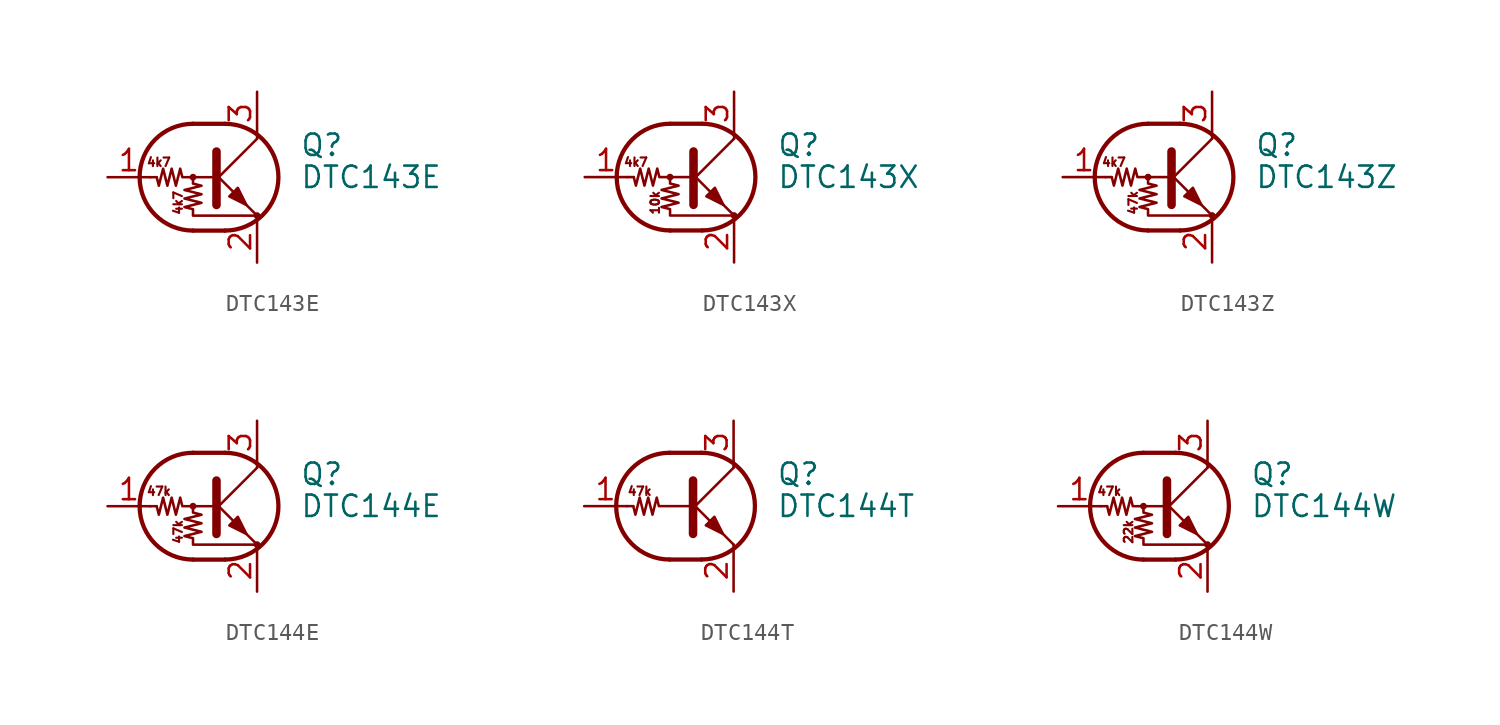
<source format=kicad_sym>
(kicad_symbol_lib
  (version 20241209)
  (generator "kicad_symbol_editor")
  (generator_version "9.0")
  (symbol "DTC143E"
    (pin_names
      (offset 0)
      (hide yes))
    (property "Reference" "Q"
      (at 5.08 1.905 0)
      (effects (font (size 1.27 1.27)) (justify left)))
    (property "Value" "DTC143E"
      (at 5.08 0 0)
      (effects (font (size 1.27 1.27)) (justify left)))
    (symbol "DTC143E_0_0"
      (text "4k7" (at -3.302 0.889 0) (effects (font (size 0.508 0.508))))
      (text "4k7" (at -2.159 -1.524 900) (effects (font (size 0.508 0.508)))))
    (symbol "DTC143E_0_1"
      (polyline (pts (xy -3.429 0) (xy -3.81 0)) (stroke (width 0) (type default)) (fill (type none)))
      (polyline (pts (xy -1.27 3.175) (xy 0.635 3.175)) (stroke (width 0.254) (type default)) (fill (type none)))
      (circle (center -1.27 0) (radius 0.127) (stroke (width 0) (type default)) (fill (type none)))
      (polyline (pts (xy -1.27 0) (xy -1.27 -0.381) (xy -0.762 -0.508) (xy -1.778 -0.762) (xy -0.762 -1.016) (xy -1.778 -1.27) (xy -0.762 -1.524) (xy -1.778 -1.778) (xy -1.27 -1.905) (xy -1.27 -2.286) (xy 2.54 -2.286)) (stroke (width 0) (type default)) (fill (type none)))
      (polyline (pts (xy -1.27 -3.175) (xy 0.635 -3.175)) (stroke (width 0.254) (type default)) (fill (type none)))
      (arc (start -1.27 -3.175) (mid -4.4312 0) (end -1.27 3.175) (stroke (width 0.254) (type default)) (fill (type none)))
      (polyline (pts (xy 0 0) (xy -1.905 0) (xy -2.032 0.508) (xy -2.286 -0.508) (xy -2.54 0.508) (xy -2.794 -0.508) (xy -3.048 0.508) (xy -3.302 -0.508) (xy -3.429 0)) (stroke (width 0) (type default)) (fill (type none)))
      (polyline (pts (xy 0 -0.254) (xy 2.54 2.286)) (stroke (width 0) (type default)) (fill (type none)))
      (polyline (pts (xy 0.127 1.524) (xy 0.127 -1.651)) (stroke (width 0.508) (type default)) (fill (type outline)))
      (arc (start 0.635 3.175) (mid 3.7962 0) (end 0.635 -3.175) (stroke (width 0.254) (type default)) (fill (type none)))
      (polyline (pts (xy 0.889 -1.143) (xy 1.397 -0.635) (xy 1.905 -1.651) (xy 0.889 -1.143)) (stroke (width 0) (type default)) (fill (type outline)))
      (polyline (pts (xy 2.54 2.286) (xy 2.54 2.54)) (stroke (width 0) (type default)) (fill (type none)))
      (polyline (pts (xy 2.54 -2.286) (xy 0 0.254) (xy 0 0.254)) (stroke (width 0) (type default)) (fill (type none)))
      (circle (center 2.54 -2.286) (radius 0.127) (stroke (width 0) (type default)) (fill (type none))))
    (symbol "DTC143E_1_1"
      (pin input line (at -6.35 0 0) (length 2.54) (name "B" (effects (font (size 1.27 1.27)))) (number "1" (effects (font (size 1.27 1.27)))))
      (pin passive line (at 2.54 5.08 270) (length 2.54) (name "C" (effects (font (size 1.27 1.27)))) (number "3" (effects (font (size 1.27 1.27)))))
      (pin passive line (at 2.54 -5.08 90) (length 2.54) (name "E" (effects (font (size 1.27 1.27)))) (number "2" (effects (font (size 1.27 1.27)))))))
  (symbol "DTC143X"
    (pin_names
      (offset 0)
      (hide yes))
    (property "Reference" "Q"
      (at 5.08 1.905 0)
      (effects (font (size 1.27 1.27)) (justify left)))
    (property "Value" "DTC143X"
      (at 5.08 0 0)
      (effects (font (size 1.27 1.27)) (justify left)))
    (symbol "DTC143X_0_0"
      (text "4k7" (at -3.302 0.889 0) (effects (font (size 0.508 0.508))))
      (text "10k" (at -2.159 -1.524 900) (effects (font (size 0.508 0.508)))))
    (symbol "DTC143X_0_1"
      (polyline (pts (xy -3.429 0) (xy -3.81 0)) (stroke (width 0) (type default)) (fill (type none)))
      (polyline (pts (xy -1.27 3.175) (xy 0.635 3.175)) (stroke (width 0.254) (type default)) (fill (type none)))
      (circle (center -1.27 0) (radius 0.127) (stroke (width 0) (type default)) (fill (type none)))
      (polyline (pts (xy -1.27 0) (xy -1.27 -0.381) (xy -0.762 -0.508) (xy -1.778 -0.762) (xy -0.762 -1.016) (xy -1.778 -1.27) (xy -0.762 -1.524) (xy -1.778 -1.778) (xy -1.27 -1.905) (xy -1.27 -2.286) (xy 2.54 -2.286)) (stroke (width 0) (type default)) (fill (type none)))
      (polyline (pts (xy -1.27 -3.175) (xy 0.635 -3.175)) (stroke (width 0.254) (type default)) (fill (type none)))
      (arc (start -1.27 -3.175) (mid -4.4312 0) (end -1.27 3.175) (stroke (width 0.254) (type default)) (fill (type none)))
      (polyline (pts (xy 0 0) (xy -1.905 0) (xy -2.032 0.508) (xy -2.286 -0.508) (xy -2.54 0.508) (xy -2.794 -0.508) (xy -3.048 0.508) (xy -3.302 -0.508) (xy -3.429 0)) (stroke (width 0) (type default)) (fill (type none)))
      (polyline (pts (xy 0 -0.254) (xy 2.54 2.286)) (stroke (width 0) (type default)) (fill (type none)))
      (polyline (pts (xy 0.127 1.524) (xy 0.127 -1.651)) (stroke (width 0.508) (type default)) (fill (type outline)))
      (arc (start 0.635 3.175) (mid 3.7962 0) (end 0.635 -3.175) (stroke (width 0.254) (type default)) (fill (type none)))
      (polyline (pts (xy 0.889 -1.143) (xy 1.397 -0.635) (xy 1.905 -1.651) (xy 0.889 -1.143)) (stroke (width 0) (type default)) (fill (type outline)))
      (polyline (pts (xy 2.54 2.286) (xy 2.54 2.54)) (stroke (width 0) (type default)) (fill (type none)))
      (polyline (pts (xy 2.54 -2.286) (xy 0 0.254) (xy 0 0.254)) (stroke (width 0) (type default)) (fill (type none)))
      (circle (center 2.54 -2.286) (radius 0.127) (stroke (width 0) (type default)) (fill (type none))))
    (symbol "DTC143X_1_1"
      (pin input line (at -6.35 0 0) (length 2.54) (name "B" (effects (font (size 1.27 1.27)))) (number "1" (effects (font (size 1.27 1.27)))))
      (pin passive line (at 2.54 5.08 270) (length 2.54) (name "C" (effects (font (size 1.27 1.27)))) (number "3" (effects (font (size 1.27 1.27)))))
      (pin passive line (at 2.54 -5.08 90) (length 2.54) (name "E" (effects (font (size 1.27 1.27)))) (number "2" (effects (font (size 1.27 1.27)))))))
  (symbol "DTC143Z"
    (pin_names
      (offset 0)
      (hide yes))
    (property "Reference" "Q"
      (at 5.08 1.905 0)
      (effects (font (size 1.27 1.27)) (justify left)))
    (property "Value" "DTC143Z"
      (at 5.08 0 0)
      (effects (font (size 1.27 1.27)) (justify left)))
    (symbol "DTC143Z_0_0"
      (text "4k7" (at -3.302 0.889 0) (effects (font (size 0.508 0.508))))
      (text "47k" (at -2.159 -1.524 900) (effects (font (size 0.508 0.508)))))
    (symbol "DTC143Z_0_1"
      (polyline (pts (xy -3.429 0) (xy -3.81 0)) (stroke (width 0) (type default)) (fill (type none)))
      (polyline (pts (xy -1.27 3.175) (xy 0.635 3.175)) (stroke (width 0.254) (type default)) (fill (type none)))
      (circle (center -1.27 0) (radius 0.127) (stroke (width 0) (type default)) (fill (type none)))
      (polyline (pts (xy -1.27 0) (xy -1.27 -0.381) (xy -0.762 -0.508) (xy -1.778 -0.762) (xy -0.762 -1.016) (xy -1.778 -1.27) (xy -0.762 -1.524) (xy -1.778 -1.778) (xy -1.27 -1.905) (xy -1.27 -2.286) (xy 2.54 -2.286)) (stroke (width 0) (type default)) (fill (type none)))
      (polyline (pts (xy -1.27 -3.175) (xy 0.635 -3.175)) (stroke (width 0.254) (type default)) (fill (type none)))
      (arc (start -1.27 -3.175) (mid -4.4312 0) (end -1.27 3.175) (stroke (width 0.254) (type default)) (fill (type none)))
      (polyline (pts (xy 0 0) (xy -1.905 0) (xy -2.032 0.508) (xy -2.286 -0.508) (xy -2.54 0.508) (xy -2.794 -0.508) (xy -3.048 0.508) (xy -3.302 -0.508) (xy -3.429 0)) (stroke (width 0) (type default)) (fill (type none)))
      (polyline (pts (xy 0 -0.254) (xy 2.54 2.286)) (stroke (width 0) (type default)) (fill (type none)))
      (polyline (pts (xy 0.127 1.524) (xy 0.127 -1.651)) (stroke (width 0.508) (type default)) (fill (type outline)))
      (arc (start 0.635 3.175) (mid 3.7962 0) (end 0.635 -3.175) (stroke (width 0.254) (type default)) (fill (type none)))
      (polyline (pts (xy 0.889 -1.143) (xy 1.397 -0.635) (xy 1.905 -1.651) (xy 0.889 -1.143)) (stroke (width 0) (type default)) (fill (type outline)))
      (polyline (pts (xy 2.54 2.286) (xy 2.54 2.54)) (stroke (width 0) (type default)) (fill (type none)))
      (polyline (pts (xy 2.54 -2.286) (xy 0 0.254) (xy 0 0.254)) (stroke (width 0) (type default)) (fill (type none)))
      (circle (center 2.54 -2.286) (radius 0.127) (stroke (width 0) (type default)) (fill (type none))))
    (symbol "DTC143Z_1_1"
      (pin input line (at -6.35 0 0) (length 2.54) (name "B" (effects (font (size 1.27 1.27)))) (number "1" (effects (font (size 1.27 1.27)))))
      (pin passive line (at 2.54 5.08 270) (length 2.54) (name "C" (effects (font (size 1.27 1.27)))) (number "3" (effects (font (size 1.27 1.27)))))
      (pin passive line (at 2.54 -5.08 90) (length 2.54) (name "E" (effects (font (size 1.27 1.27)))) (number "2" (effects (font (size 1.27 1.27)))))))
  (symbol "DTC144E"
    (pin_names
      (offset 0)
      (hide yes))
    (property "Reference" "Q"
      (at 5.08 1.905 0)
      (effects (font (size 1.27 1.27)) (justify left)))
    (property "Value" "DTC144E"
      (at 5.08 0 0)
      (effects (font (size 1.27 1.27)) (justify left)))
    (symbol "DTC144E_0_0"
      (text "47k" (at -3.302 0.889 0) (effects (font (size 0.508 0.508))))
      (text "47k" (at -2.159 -1.524 900) (effects (font (size 0.508 0.508)))))
    (symbol "DTC144E_0_1"
      (polyline (pts (xy -3.429 0) (xy -3.81 0)) (stroke (width 0) (type default)) (fill (type none)))
      (polyline (pts (xy -1.27 3.175) (xy 0.635 3.175)) (stroke (width 0.254) (type default)) (fill (type none)))
      (circle (center -1.27 0) (radius 0.127) (stroke (width 0) (type default)) (fill (type none)))
      (polyline (pts (xy -1.27 0) (xy -1.27 -0.381) (xy -0.762 -0.508) (xy -1.778 -0.762) (xy -0.762 -1.016) (xy -1.778 -1.27) (xy -0.762 -1.524) (xy -1.778 -1.778) (xy -1.27 -1.905) (xy -1.27 -2.286) (xy 2.54 -2.286)) (stroke (width 0) (type default)) (fill (type none)))
      (polyline (pts (xy -1.27 -3.175) (xy 0.635 -3.175)) (stroke (width 0.254) (type default)) (fill (type none)))
      (arc (start -1.27 -3.175) (mid -4.4312 0) (end -1.27 3.175) (stroke (width 0.254) (type default)) (fill (type none)))
      (polyline (pts (xy 0 0) (xy -1.905 0) (xy -2.032 0.508) (xy -2.286 -0.508) (xy -2.54 0.508) (xy -2.794 -0.508) (xy -3.048 0.508) (xy -3.302 -0.508) (xy -3.429 0)) (stroke (width 0) (type default)) (fill (type none)))
      (polyline (pts (xy 0 -0.254) (xy 2.54 2.286)) (stroke (width 0) (type default)) (fill (type none)))
      (polyline (pts (xy 0.127 1.524) (xy 0.127 -1.651)) (stroke (width 0.508) (type default)) (fill (type outline)))
      (arc (start 0.635 3.175) (mid 3.7962 0) (end 0.635 -3.175) (stroke (width 0.254) (type default)) (fill (type none)))
      (polyline (pts (xy 0.889 -1.143) (xy 1.397 -0.635) (xy 1.905 -1.651) (xy 0.889 -1.143)) (stroke (width 0) (type default)) (fill (type outline)))
      (polyline (pts (xy 2.54 2.286) (xy 2.54 2.54)) (stroke (width 0) (type default)) (fill (type none)))
      (polyline (pts (xy 2.54 -2.286) (xy 0 0.254) (xy 0 0.254)) (stroke (width 0) (type default)) (fill (type none)))
      (circle (center 2.54 -2.286) (radius 0.127) (stroke (width 0) (type default)) (fill (type none))))
    (symbol "DTC144E_1_1"
      (pin input line (at -6.35 0 0) (length 2.54) (name "B" (effects (font (size 1.27 1.27)))) (number "1" (effects (font (size 1.27 1.27)))))
      (pin passive line (at 2.54 5.08 270) (length 2.54) (name "C" (effects (font (size 1.27 1.27)))) (number "3" (effects (font (size 1.27 1.27)))))
      (pin passive line (at 2.54 -5.08 90) (length 2.54) (name "E" (effects (font (size 1.27 1.27)))) (number "2" (effects (font (size 1.27 1.27)))))))
  (symbol "DTC144T"
    (pin_names
      (offset 0)
      (hide yes))
    (property "Reference" "Q"
      (at 5.08 1.905 0)
      (effects (font (size 1.27 1.27)) (justify left)))
    (property "Value" "DTC144T"
      (at 5.08 0 0)
      (effects (font (size 1.27 1.27)) (justify left)))
    (symbol "DTC144T_0_0"
      (polyline (pts (xy 2.54 -2.286) (xy 2.54 -2.54)) (stroke (width 0) (type default)) (fill (type none)))
      (text "47k" (at -3.048 0.889 0) (effects (font (size 0.508 0.508)))))
    (symbol "DTC144T_0_1"
      (polyline (pts (xy -3.429 0) (xy -3.81 0)) (stroke (width 0) (type default)) (fill (type none)))
      (polyline (pts (xy -1.27 3.175) (xy 0.635 3.175)) (stroke (width 0.254) (type default)) (fill (type none)))
      (polyline (pts (xy -1.27 -3.175) (xy 0.635 -3.175)) (stroke (width 0.254) (type default)) (fill (type none)))
      (arc (start -1.27 -3.175) (mid -4.4312 0) (end -1.27 3.175) (stroke (width 0.254) (type default)) (fill (type none)))
      (polyline (pts (xy 0 0) (xy -1.905 0) (xy -2.032 0.508) (xy -2.286 -0.508) (xy -2.54 0.508) (xy -2.794 -0.508) (xy -3.048 0.508) (xy -3.302 -0.508) (xy -3.429 0)) (stroke (width 0) (type default)) (fill (type none)))
      (polyline (pts (xy 0 -0.254) (xy 2.54 2.286)) (stroke (width 0) (type default)) (fill (type none)))
      (polyline (pts (xy 0.127 1.524) (xy 0.127 -1.651)) (stroke (width 0.508) (type default)) (fill (type outline)))
      (arc (start 0.635 3.175) (mid 3.7962 0) (end 0.635 -3.175) (stroke (width 0.254) (type default)) (fill (type none)))
      (polyline (pts (xy 0.889 -1.143) (xy 1.397 -0.635) (xy 1.905 -1.651) (xy 0.889 -1.143)) (stroke (width 0) (type default)) (fill (type outline)))
      (polyline (pts (xy 2.54 2.286) (xy 2.54 2.54)) (stroke (width 0) (type default)) (fill (type none)))
      (polyline (pts (xy 2.54 -2.286) (xy 0 0.254) (xy 0 0.254)) (stroke (width 0) (type default)) (fill (type none))))
    (symbol "DTC144T_1_1"
      (pin input line (at -6.35 0 0) (length 2.54) (name "B" (effects (font (size 1.27 1.27)))) (number "1" (effects (font (size 1.27 1.27)))))
      (pin passive line (at 2.54 5.08 270) (length 2.54) (name "C" (effects (font (size 1.27 1.27)))) (number "3" (effects (font (size 1.27 1.27)))))
      (pin passive line (at 2.54 -5.08 90) (length 2.54) (name "E" (effects (font (size 1.27 1.27)))) (number "2" (effects (font (size 1.27 1.27)))))))
  (symbol "DTC144W"
    (pin_names
      (offset 0)
      (hide yes))
    (property "Reference" "Q"
      (at 5.08 1.905 0)
      (effects (font (size 1.27 1.27)) (justify left)))
    (property "Value" "DTC144W"
      (at 5.08 0 0)
      (effects (font (size 1.27 1.27)) (justify left)))
    (symbol "DTC144W_0_0"
      (text "47k" (at -3.302 0.889 0) (effects (font (size 0.508 0.508))))
      (text "22k" (at -2.159 -1.524 900) (effects (font (size 0.508 0.508)))))
    (symbol "DTC144W_0_1"
      (polyline (pts (xy -3.429 0) (xy -3.81 0)) (stroke (width 0) (type default)) (fill (type none)))
      (polyline (pts (xy -1.27 3.175) (xy 0.635 3.175)) (stroke (width 0.254) (type default)) (fill (type none)))
      (circle (center -1.27 0) (radius 0.127) (stroke (width 0) (type default)) (fill (type none)))
      (polyline (pts (xy -1.27 0) (xy -1.27 -0.381) (xy -0.762 -0.508) (xy -1.778 -0.762) (xy -0.762 -1.016) (xy -1.778 -1.27) (xy -0.762 -1.524) (xy -1.778 -1.778) (xy -1.27 -1.905) (xy -1.27 -2.286) (xy 2.54 -2.286)) (stroke (width 0) (type default)) (fill (type none)))
      (polyline (pts (xy -1.27 -3.175) (xy 0.635 -3.175)) (stroke (width 0.254) (type default)) (fill (type none)))
      (arc (start -1.27 -3.175) (mid -4.4312 0) (end -1.27 3.175) (stroke (width 0.254) (type default)) (fill (type none)))
      (polyline (pts (xy 0 0) (xy -1.905 0) (xy -2.032 0.508) (xy -2.286 -0.508) (xy -2.54 0.508) (xy -2.794 -0.508) (xy -3.048 0.508) (xy -3.302 -0.508) (xy -3.429 0)) (stroke (width 0) (type default)) (fill (type none)))
      (polyline (pts (xy 0 -0.254) (xy 2.54 2.286)) (stroke (width 0) (type default)) (fill (type none)))
      (polyline (pts (xy 0.127 1.524) (xy 0.127 -1.651)) (stroke (width 0.508) (type default)) (fill (type outline)))
      (arc (start 0.635 3.175) (mid 3.7962 0) (end 0.635 -3.175) (stroke (width 0.254) (type default)) (fill (type none)))
      (polyline (pts (xy 0.889 -1.143) (xy 1.397 -0.635) (xy 1.905 -1.651) (xy 0.889 -1.143)) (stroke (width 0) (type default)) (fill (type outline)))
      (polyline (pts (xy 2.54 2.286) (xy 2.54 2.54)) (stroke (width 0) (type default)) (fill (type none)))
      (polyline (pts (xy 2.54 -2.286) (xy 0 0.254) (xy 0 0.254)) (stroke (width 0) (type default)) (fill (type none)))
      (circle (center 2.54 -2.286) (radius 0.127) (stroke (width 0) (type default)) (fill (type none))))
    (symbol "DTC144W_1_1"
      (pin input line (at -6.35 0 0) (length 2.54) (name "B" (effects (font (size 1.27 1.27)))) (number "1" (effects (font (size 1.27 1.27)))))
      (pin passive line (at 2.54 5.08 270) (length 2.54) (name "C" (effects (font (size 1.27 1.27)))) (number "3" (effects (font (size 1.27 1.27)))))
      (pin passive line (at 2.54 -5.08 90) (length 2.54) (name "E" (effects (font (size 1.27 1.27)))) (number "2" (effects (font (size 1.27 1.27))))))))
</source>
